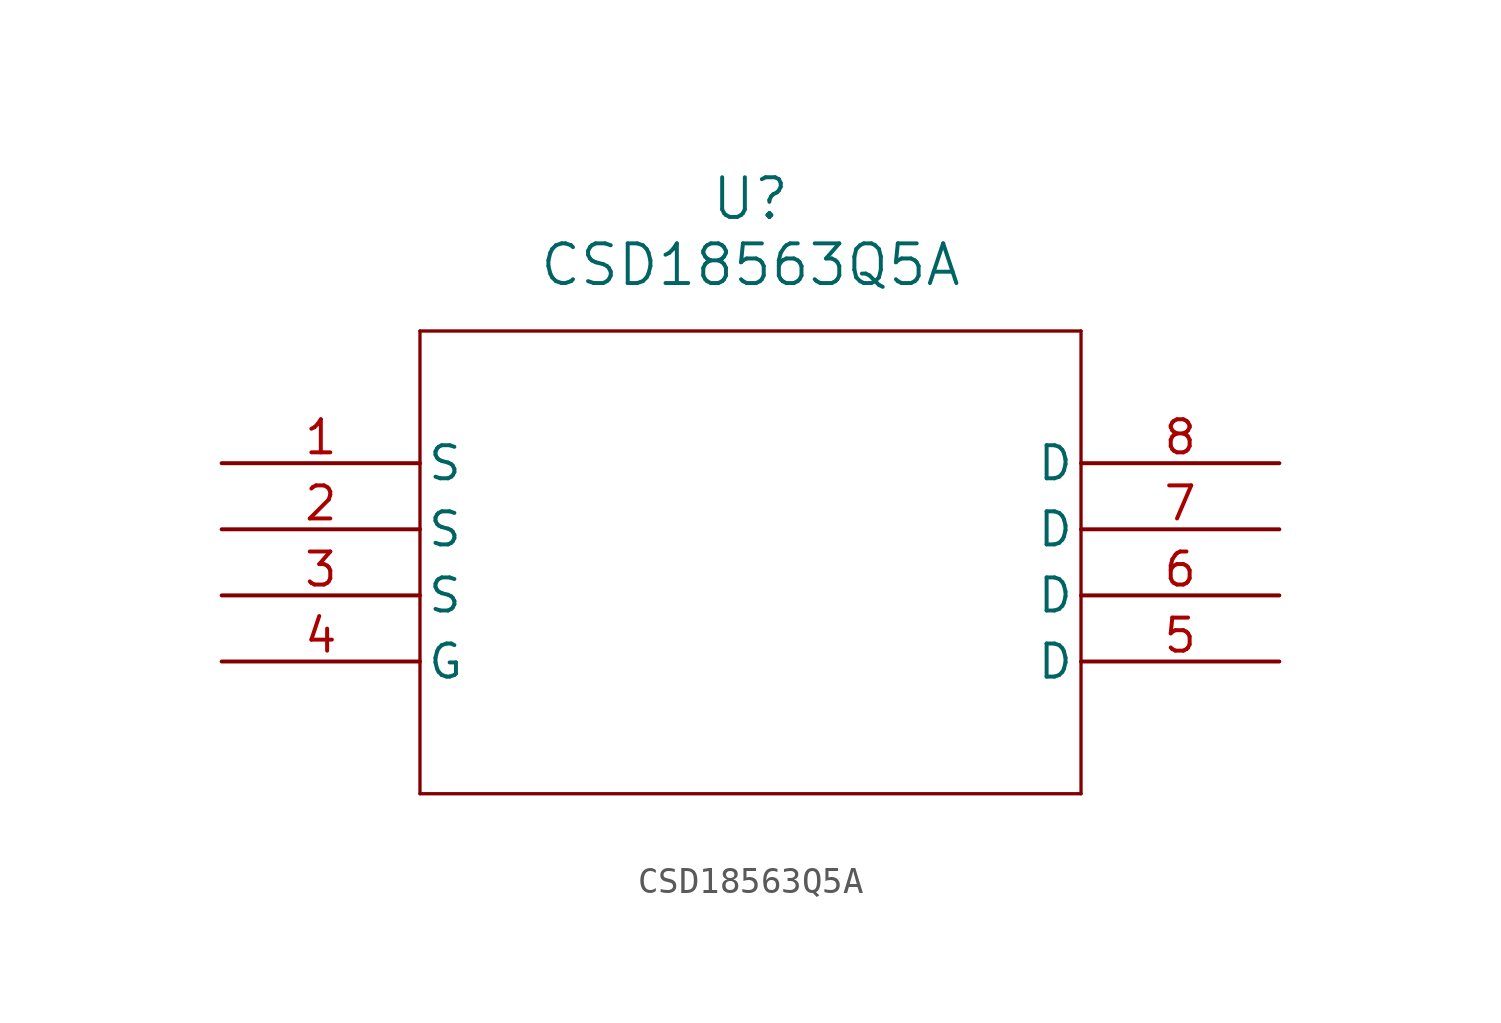
<source format=kicad_sym>
(kicad_symbol_lib
  (version 20211014)
  (generator kicad_symbol_editor)
  (symbol "CSD18563Q5A"
    (pin_names
      (offset 0.254))
    (property "Reference" "U"
      (at 20.32 10.16 0)
      (effects (font (size 1.524 1.524))))
    (property "Value" "CSD18563Q5A"
      (at 20.32 7.62 0)
      (effects (font (size 1.524 1.524))))
    (symbol "CSD18563Q5A_0_1"
      (polyline (pts (xy 7.62 5.08) (xy 7.62 -12.7)) (stroke (width 0.127) (type default) (color 0 0 0 0)) (fill (type none)))
      (polyline (pts (xy 7.62 -12.7) (xy 33.02 -12.7)) (stroke (width 0.127) (type default) (color 0 0 0 0)) (fill (type none)))
      (polyline (pts (xy 33.02 -12.7) (xy 33.02 5.08)) (stroke (width 0.127) (type default) (color 0 0 0 0)) (fill (type none)))
      (polyline (pts (xy 33.02 5.08) (xy 7.62 5.08)) (stroke (width 0.127) (type default) (color 0 0 0 0)) (fill (type none)))
      (pin unspecified line (at 0 0 0) (length 7.62) (name "S" (effects (font (size 1.27 1.27)))) (number "1" (effects (font (size 1.27 1.27)))))
      (pin unspecified line (at 0 -2.54 0) (length 7.62) (name "S" (effects (font (size 1.27 1.27)))) (number "2" (effects (font (size 1.27 1.27)))))
      (pin unspecified line (at 0 -5.08 0) (length 7.62) (name "S" (effects (font (size 1.27 1.27)))) (number "3" (effects (font (size 1.27 1.27)))))
      (pin unspecified line (at 0 -7.62 0) (length 7.62) (name "G" (effects (font (size 1.27 1.27)))) (number "4" (effects (font (size 1.27 1.27)))))
      (pin unspecified line (at 40.64 -7.62 180) (length 7.62) (name "D" (effects (font (size 1.27 1.27)))) (number "5" (effects (font (size 1.27 1.27)))))
      (pin unspecified line (at 40.64 -5.08 180) (length 7.62) (name "D" (effects (font (size 1.27 1.27)))) (number "6" (effects (font (size 1.27 1.27)))))
      (pin unspecified line (at 40.64 -2.54 180) (length 7.62) (name "D" (effects (font (size 1.27 1.27)))) (number "7" (effects (font (size 1.27 1.27)))))
      (pin unspecified line (at 40.64 0 180) (length 7.62) (name "D" (effects (font (size 1.27 1.27)))) (number "8" (effects (font (size 1.27 1.27))))))))
</source>
